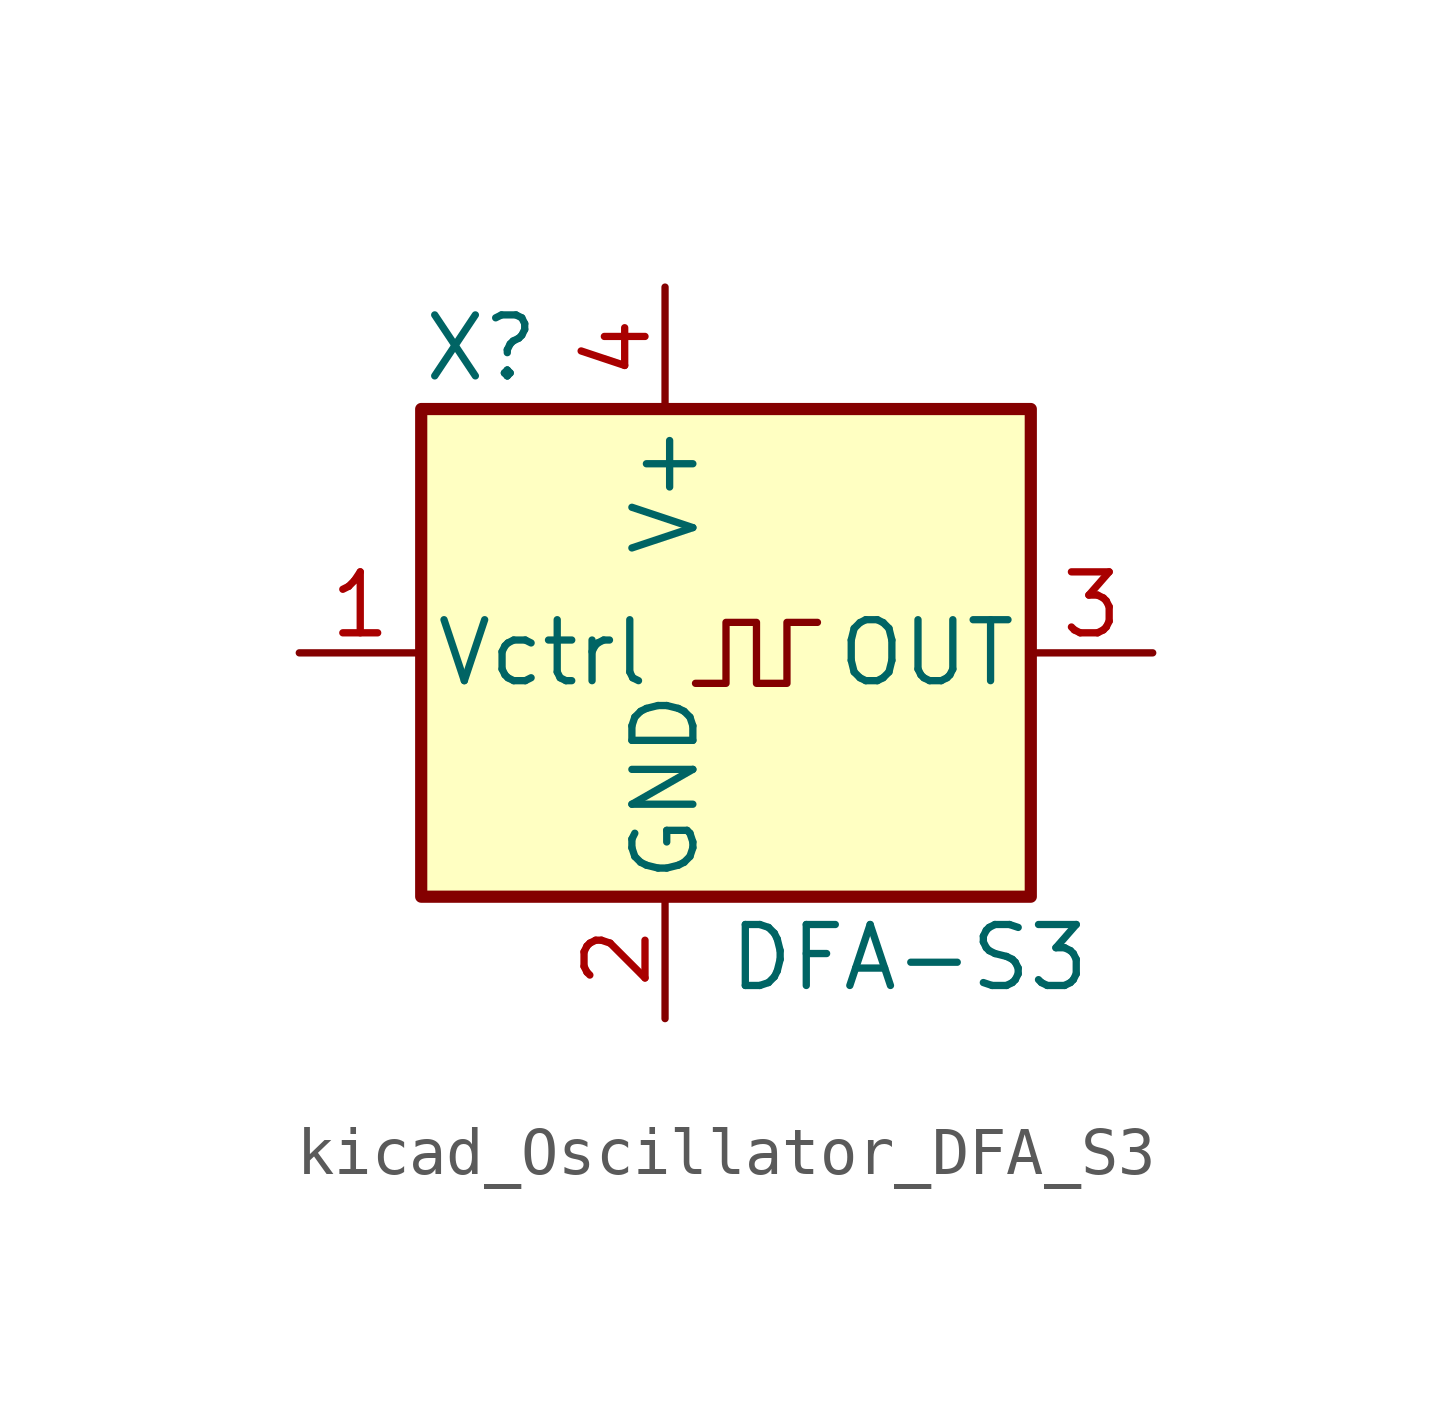
<source format=kicad_sym>
(kicad_symbol_lib
  (version 20220914)
  (generator kicad_symbol_editor)
  (symbol "kicad_Oscillator_DFA_S3"
    (pin_names
      (offset 0.254))
    (property "Reference" "X"
      (at -5.08 6.35 0)
      (effects (font (size 1.27 1.27)) (justify left)))
    (property "Value" "DFA-S3"
      (at 1.27 -6.35 0)
      (effects (font (size 1.27 1.27)) (justify left)))
    (symbol "kicad_Oscillator_DFA_S3_0_1"
      (rectangle (start -5.08 5.08) (end 7.62 -5.08) (stroke (width 0.254) (type default)) (fill (type background)))
      (polyline (pts (xy 0.635 -0.635) (xy 1.27 -0.635) (xy 1.27 0.635) (xy 1.905 0.635) (xy 1.905 -0.635) (xy 2.54 -0.635) (xy 2.54 0.635) (xy 3.175 0.635)) (stroke (width 0) (type default)) (fill (type none))))
    (symbol "kicad_Oscillator_DFA_S3_1_1"
      (pin input line (at -7.62 0 0) (length 2.54) (name "Vctrl" (effects (font (size 1.27 1.27)))) (number "1" (effects (font (size 1.27 1.27)))))
      (pin power_in line (at 0 -7.62 90) (length 2.54) (name "GND" (effects (font (size 1.27 1.27)))) (number "2" (effects (font (size 1.27 1.27)))))
      (pin output line (at 10.16 0 180) (length 2.54) (name "OUT" (effects (font (size 1.27 1.27)))) (number "3" (effects (font (size 1.27 1.27)))))
      (pin power_in line (at 0 7.62 270) (length 2.54) (name "V+" (effects (font (size 1.27 1.27)))) (number "4" (effects (font (size 1.27 1.27))))))))
</source>
